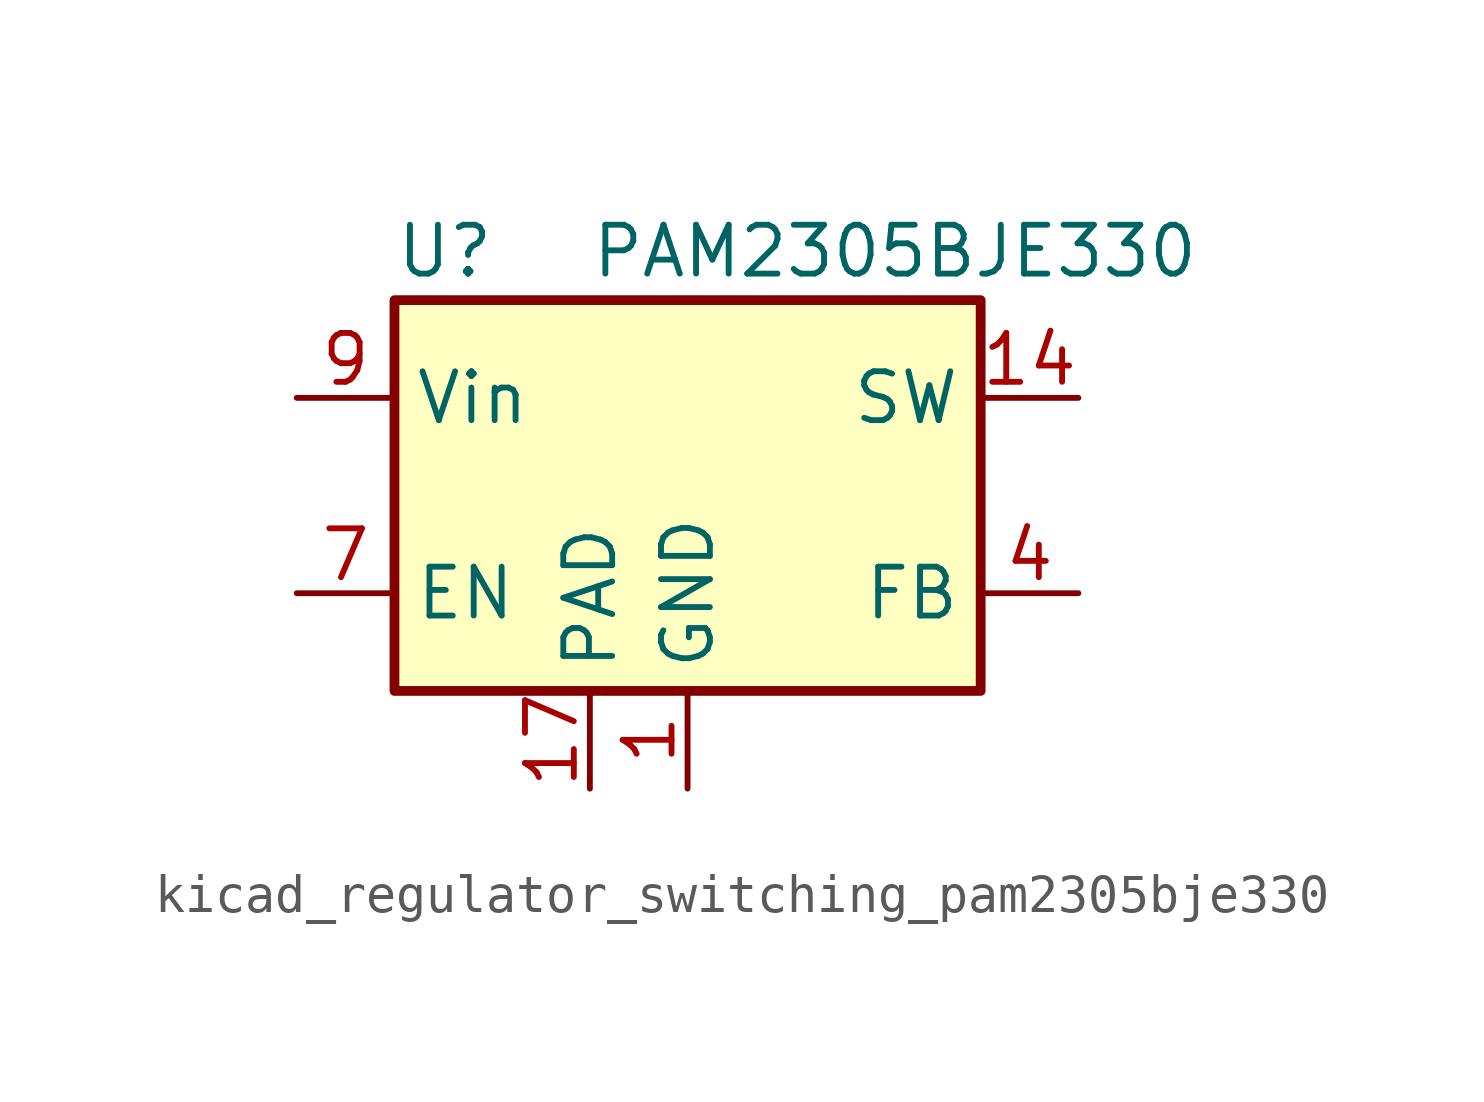
<source format=kicad_sym>
(kicad_symbol_lib
  (version 20220914)
  (generator kicad_symbol_editor)
  (symbol "kicad_regulator_switching_pam2305bje330"
    (property "Reference" "U"
      (at -7.62 6.35 0)
      (effects (font (size 1.27 1.27)) (justify left)))
    (property "Value" "PAM2305BJE330"
      (at -2.54 6.35 0)
      (effects (font (size 1.27 1.27)) (justify left)))
    (symbol "kicad_regulator_switching_pam2305bje330_0_1"
      (rectangle (start -7.62 5.08) (end 7.62 -5.08) (stroke (width 0.254) (type default)) (fill (type background))))
    (symbol "kicad_regulator_switching_pam2305bje330_1_1"
      (pin power_in line (at 0 -7.62 90) (length 2.54) (name "GND" (effects (font (size 1.27 1.27)))) (number "1" (effects (font (size 1.27 1.27)))))
      (pin passive line (at -10.16 2.54 0) (length 2.54) hide (name "Vin" (effects (font (size 1.27 1.27)))) (number "10" (effects (font (size 1.27 1.27)))))
      (pin passive line (at -10.16 2.54 0) (length 2.54) hide (name "Vin" (effects (font (size 1.27 1.27)))) (number "11" (effects (font (size 1.27 1.27)))))
      (pin passive line (at -10.16 2.54 0) (length 2.54) hide (name "Vin" (effects (font (size 1.27 1.27)))) (number "12" (effects (font (size 1.27 1.27)))))
      (pin passive line (at 10.16 2.54 180) (length 2.54) hide (name "SW" (effects (font (size 1.27 1.27)))) (number "13" (effects (font (size 1.27 1.27)))))
      (pin output line (at 10.16 2.54 180) (length 2.54) (name "SW" (effects (font (size 1.27 1.27)))) (number "14" (effects (font (size 1.27 1.27)))))
      (pin passive line (at 10.16 2.54 180) (length 2.54) hide (name "SW" (effects (font (size 1.27 1.27)))) (number "15" (effects (font (size 1.27 1.27)))))
      (pin no_connect line (at 2.54 -5.08 90) (length 2.54) hide (name "NC" (effects (font (size 1.27 1.27)))) (number "16" (effects (font (size 1.27 1.27)))))
      (pin passive line (at -2.54 -7.62 90) (length 2.54) (name "PAD" (effects (font (size 1.27 1.27)))) (number "17" (effects (font (size 1.27 1.27)))))
      (pin passive line (at 0 -7.62 90) (length 2.54) hide (name "GND" (effects (font (size 1.27 1.27)))) (number "2" (effects (font (size 1.27 1.27)))))
      (pin passive line (at 0 -7.62 90) (length 2.54) hide (name "GND" (effects (font (size 1.27 1.27)))) (number "3" (effects (font (size 1.27 1.27)))))
      (pin input line (at 10.16 -2.54 180) (length 2.54) (name "FB" (effects (font (size 1.27 1.27)))) (number "4" (effects (font (size 1.27 1.27)))))
      (pin passive line (at 0 -7.62 90) (length 2.54) hide (name "GND" (effects (font (size 1.27 1.27)))) (number "5" (effects (font (size 1.27 1.27)))))
      (pin no_connect line (at -7.62 0 0) (length 2.54) hide (name "NC" (effects (font (size 1.27 1.27)))) (number "6" (effects (font (size 1.27 1.27)))))
      (pin input line (at -10.16 -2.54 0) (length 2.54) (name "EN" (effects (font (size 1.27 1.27)))) (number "7" (effects (font (size 1.27 1.27)))))
      (pin no_connect line (at 7.62 0 180) (length 2.54) hide (name "NC" (effects (font (size 1.27 1.27)))) (number "8" (effects (font (size 1.27 1.27)))))
      (pin power_in line (at -10.16 2.54 0) (length 2.54) (name "Vin" (effects (font (size 1.27 1.27)))) (number "9" (effects (font (size 1.27 1.27))))))))
</source>
